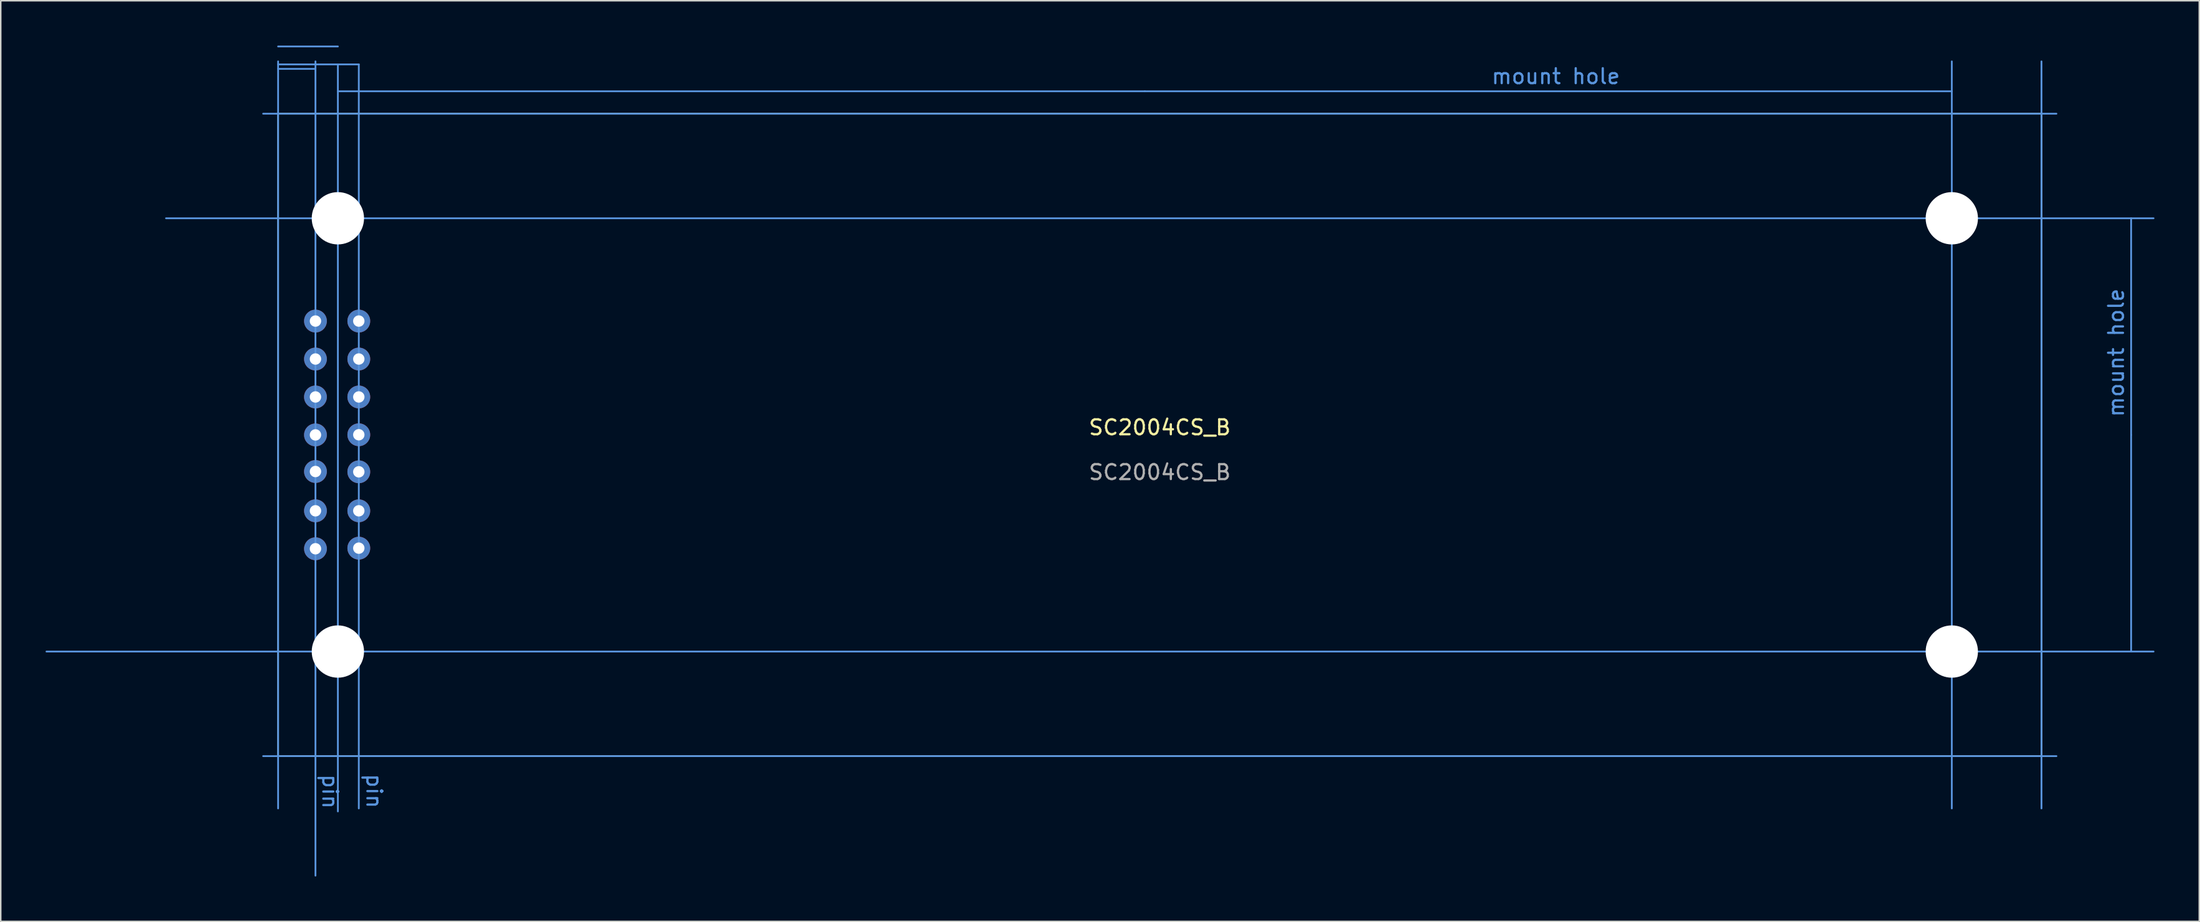
<source format=kicad_pcb>
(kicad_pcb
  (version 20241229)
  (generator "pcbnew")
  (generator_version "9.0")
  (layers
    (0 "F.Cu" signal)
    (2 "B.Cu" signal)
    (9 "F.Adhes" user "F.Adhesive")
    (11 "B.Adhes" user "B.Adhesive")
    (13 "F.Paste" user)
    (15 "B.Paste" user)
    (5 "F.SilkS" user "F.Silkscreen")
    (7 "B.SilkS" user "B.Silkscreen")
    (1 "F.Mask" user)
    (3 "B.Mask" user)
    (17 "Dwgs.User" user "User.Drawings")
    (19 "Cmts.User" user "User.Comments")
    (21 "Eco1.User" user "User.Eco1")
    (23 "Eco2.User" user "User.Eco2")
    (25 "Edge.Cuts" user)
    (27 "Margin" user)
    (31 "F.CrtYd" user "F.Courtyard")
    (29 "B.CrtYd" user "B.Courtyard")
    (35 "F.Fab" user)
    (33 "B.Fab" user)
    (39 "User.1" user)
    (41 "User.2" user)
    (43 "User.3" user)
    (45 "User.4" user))
  (footprint "SC2004CS_B"
    (layer "F.Cu")
    (at 74.56 26.06)
    (property "Reference" "SC2004CS_B" (at 0 -0.5 0) (unlocked yes) (layer "F.SilkS") (effects (font (size 1 1) (thickness 0.15))))
    (attr through_hole)
    (fp_line (start -59 -21.5) (end 59 -21.5) (stroke (width 0.12) (type solid)) (layer "F.SilkS"))
    (fp_line (start -59 21.5) (end -59 -21.5) (stroke (width 0.12) (type solid)) (layer "F.SilkS"))
    (fp_line (start 59 -21.5) (end 59 21.5) (stroke (width 0.12) (type solid)) (layer "F.SilkS"))
    (fp_line (start 59 21.5) (end -59 21.5) (stroke (width 0.12) (type solid)) (layer "F.SilkS"))
    (fp_line (start -60 -21.5) (end 60 -21.5) (stroke (width 0.12) (type solid)) (layer "Cmts.User"))
    (fp_line (start -59 -26) (end -55 -26) (stroke (width 0.12) (type solid)) (layer "Cmts.User"))
    (fp_line (start -59 -25) (end -59 25) (stroke (width 0.12) (type solid)) (layer "Cmts.User"))
    (fp_line (start -59 -24.8) (end -53.6 -24.8) (stroke (width 0.12) (type solid)) (layer "Cmts.User"))
    (fp_line (start -59 -24.5) (end -56.5 -24.5) (stroke (width 0.12) (type solid)) (layer "Cmts.User"))
    (fp_line (start -56.5 -25) (end -56.5 29.5) (stroke (width 0.12) (type solid)) (layer "Cmts.User"))
    (fp_line (start -55 -24.8) (end -55 25.2) (stroke (width 0.12) (type solid)) (layer "Cmts.User"))
    (fp_line (start -53.6 -24.8) (end -53.6 25) (stroke (width 0.12) (type solid)) (layer "Cmts.User"))
    (fp_line (start -1 -23) (end -55 -23) (stroke (width 0.12) (type solid)) (layer "Cmts.User"))
    (fp_line (start -1 -23) (end 53 -23) (stroke (width 0.12) (type solid)) (layer "Cmts.User"))
    (fp_line (start 53 -25) (end 53 25) (stroke (width 0.12) (type solid)) (layer "Cmts.User"))
    (fp_line (start 59 -25) (end 59 25) (stroke (width 0.12) (type solid)) (layer "Cmts.User"))
    (fp_line (start 60 21.5) (end -60 21.5) (stroke (width 0.12) (type solid)) (layer "Cmts.User"))
    (fp_line (start 65 0) (end 65 -14.5) (stroke (width 0.12) (type solid)) (layer "Cmts.User"))
    (fp_line (start 65 0) (end 65 14.5) (stroke (width 0.12) (type solid)) (layer "Cmts.User"))
    (fp_line (start 66.5 -14.5) (end -66.5 -14.5) (stroke (width 0.12) (type solid)) (layer "Cmts.User"))
    (fp_line (start 66.5 14.5) (end -74.5 14.5) (stroke (width 0.12) (type solid)) (layer "Cmts.User"))
    (fp_text user "mount hole" (at 26.5 -24 0) (unlocked yes) (layer "Cmts.User") (effects (font (size 1 1) (thickness 0.15))))
    (fp_text user "pin" (at -52.57 23.84 270) (unlocked yes) (layer "Cmts.User") (effects (font (size 1 1) (thickness 0.15))))
    (fp_text user "pin" (at -55.52 23.87 270) (unlocked yes) (layer "Cmts.User") (effects (font (size 1 1) (thickness 0.15))))
    (fp_text user "mount hole" (at 64 -5.5 90) (unlocked yes) (layer "Cmts.User") (effects (font (size 1 1) (thickness 0.15))))
    (fp_text user "${REFERENCE}" (at 0 2.5 0) (unlocked yes) (layer "F.Fab") (effects (font (size 1 1) (thickness 0.15))))
    (pad "" np_thru_hole circle (at -55 -14.5) (size 3.5 3.5) (drill 3.5) (layers "*.Cu" "*.Mask"))
    (pad "" np_thru_hole circle (at -55 14.5) (size 3.5 3.5) (drill 3.5) (layers "*.Cu" "*.Mask"))
    (pad "" np_thru_hole circle (at 53 -14.5) (size 3.5 3.5) (drill 3.5) (layers "*.Cu" "*.Mask"))
    (pad "" np_thru_hole circle (at 53 14.5) (size 3.5 3.5) (drill 3.5) (layers "*.Cu" "*.Mask"))
    (pad "1" thru_hole circle (at -53.6 7.58) (size 1.524 1.524) (drill 0.762) (layers "*.Cu" "*.Mask"))
    (pad "2" thru_hole circle (at -56.5 7.62) (size 1.524 1.524) (drill 0.762) (layers "*.Cu" "*.Mask"))
    (pad "3" thru_hole circle (at -53.6 5.08) (size 1.524 1.524) (drill 0.762) (layers "*.Cu" "*.Mask"))
    (pad "4" thru_hole circle (at -56.5 5.08) (size 1.524 1.524) (drill 0.762) (layers "*.Cu" "*.Mask"))
    (pad "5" thru_hole circle (at -53.6 2.47) (size 1.524 1.524) (drill 0.762) (layers "*.Cu" "*.Mask"))
    (pad "6" thru_hole circle (at -56.5 2.45) (size 1.524 1.524) (drill 0.762) (layers "*.Cu" "*.Mask"))
    (pad "7" thru_hole circle (at -53.6 -0.01) (size 1.524 1.524) (drill 0.762) (layers "*.Cu" "*.Mask"))
    (pad "8" thru_hole circle (at -56.5 0) (size 1.524 1.524) (drill 0.762) (layers "*.Cu" "*.Mask"))
    (pad "9" thru_hole circle (at -53.6 -2.54) (size 1.524 1.524) (drill 0.762) (layers "*.Cu" "*.Mask"))
    (pad "10" thru_hole circle (at -56.5 -2.54) (size 1.524 1.524) (drill 0.762) (layers "*.Cu" "*.Mask"))
    (pad "11" thru_hole circle (at -53.6 -5.08) (size 1.524 1.524) (drill 0.762) (layers "*.Cu" "*.Mask"))
    (pad "12" thru_hole circle (at -56.5 -5.08) (size 1.524 1.524) (drill 0.762) (layers "*.Cu" "*.Mask"))
    (pad "13" thru_hole circle (at -53.6 -7.62) (size 1.524 1.524) (drill 0.762) (layers "*.Cu" "*.Mask"))
    (pad "14" thru_hole circle (at -56.5 -7.62) (size 1.524 1.524) (drill 0.762) (layers "*.Cu" "*.Mask")))
  (gr_rect
    (start -3 -3)
    (end 144.12 58.62)
    (stroke (width 0.1) (type default))
    (fill no)
    (layer "Edge.Cuts")))
</source>
